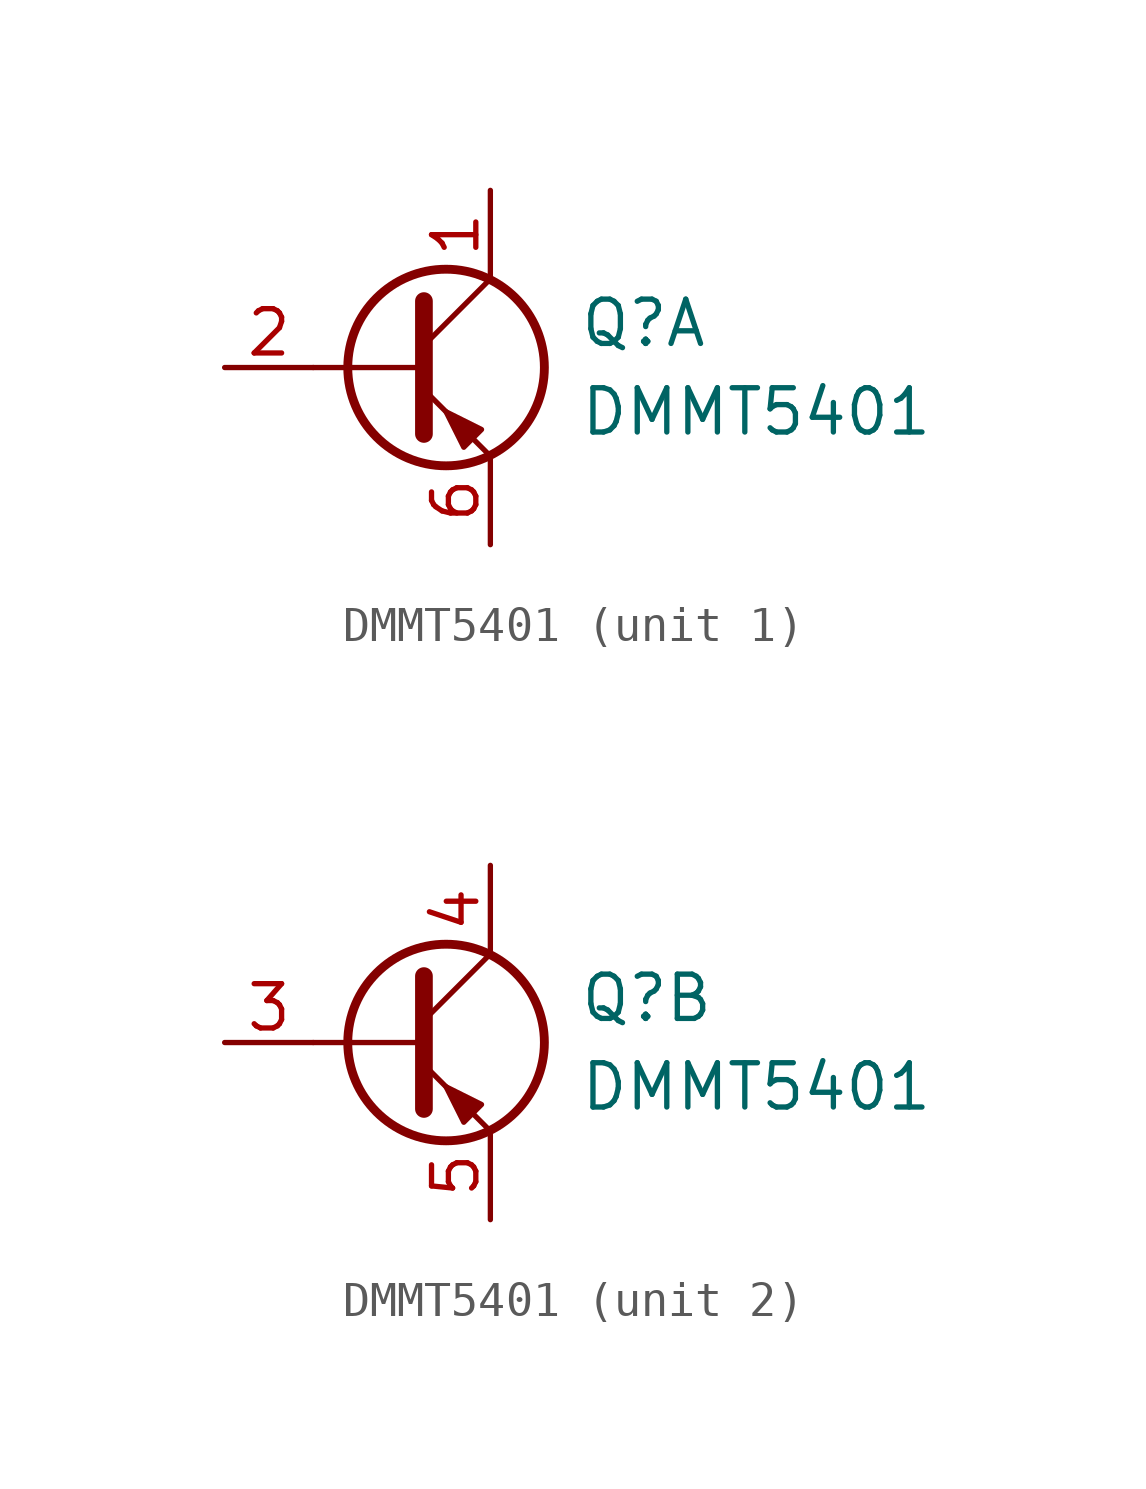
<source format=kicad_sym>
(kicad_symbol_lib
  (version 20231120)
  (generator "kicad_symbol_editor")
  (generator_version "8.0")
  (symbol "DMMT5401"
    (pin_names
      (offset 0) hide)
    (property "Reference" "Q"
      (at 5.08 1.27 0)
      (effects (font (size 1.27 1.27)) (justify left)))
    (property "Value" "DMMT5401"
      (at 5.08 -1.27 0)
      (effects (font (size 1.27 1.27)) (justify left)))
    (property "ki_locked" ""
      (at 0 0 0)
      (effects (font (size 1.27 1.27))))
    (symbol "DMMT5401_0_1"
      (polyline (pts (xy 0.635 0) (xy -2.54 0)) (stroke (width 0) (type default)) (fill (type none)))
      (polyline (pts (xy 0.635 0.635) (xy 2.54 2.54)) (stroke (width 0) (type default)) (fill (type none)))
      (polyline (pts (xy 0.635 -0.635) (xy 2.54 -2.54) (xy 2.54 -2.54)) (stroke (width 0) (type default)) (fill (type none)))
      (polyline (pts (xy 0.635 1.905) (xy 0.635 -1.905) (xy 0.635 -1.905)) (stroke (width 0.508) (type default)) (fill (type none)))
      (polyline (pts (xy 2.286 -1.778) (xy 1.778 -2.286) (xy 1.27 -1.27) (xy 2.286 -1.778) (xy 2.286 -1.778)) (stroke (width 0) (type default)) (fill (type outline)))
      (circle (center 1.27 0) (radius 2.819) (stroke (width 0.254) (type default)) (fill (type none))))
    (symbol "DMMT5401_1_1"
      (pin passive line (at 2.54 5.08 270) (length 2.54) (name "C1" (effects (font (size 1.27 1.27)))) (number "1" (effects (font (size 1.27 1.27)))))
      (pin input line (at -5.08 0 0) (length 2.54) (name "B1" (effects (font (size 1.27 1.27)))) (number "2" (effects (font (size 1.27 1.27)))))
      (pin passive line (at 2.54 -5.08 90) (length 2.54) (name "E1" (effects (font (size 1.27 1.27)))) (number "6" (effects (font (size 1.27 1.27))))))
    (symbol "DMMT5401_2_1"
      (pin input line (at -5.08 0 0) (length 2.54) (name "B2" (effects (font (size 1.27 1.27)))) (number "3" (effects (font (size 1.27 1.27)))))
      (pin passive line (at 2.54 5.08 270) (length 2.54) (name "C2" (effects (font (size 1.27 1.27)))) (number "4" (effects (font (size 1.27 1.27)))))
      (pin passive line (at 2.54 -5.08 90) (length 2.54) (name "E2" (effects (font (size 1.27 1.27)))) (number "5" (effects (font (size 1.27 1.27))))))))
</source>
